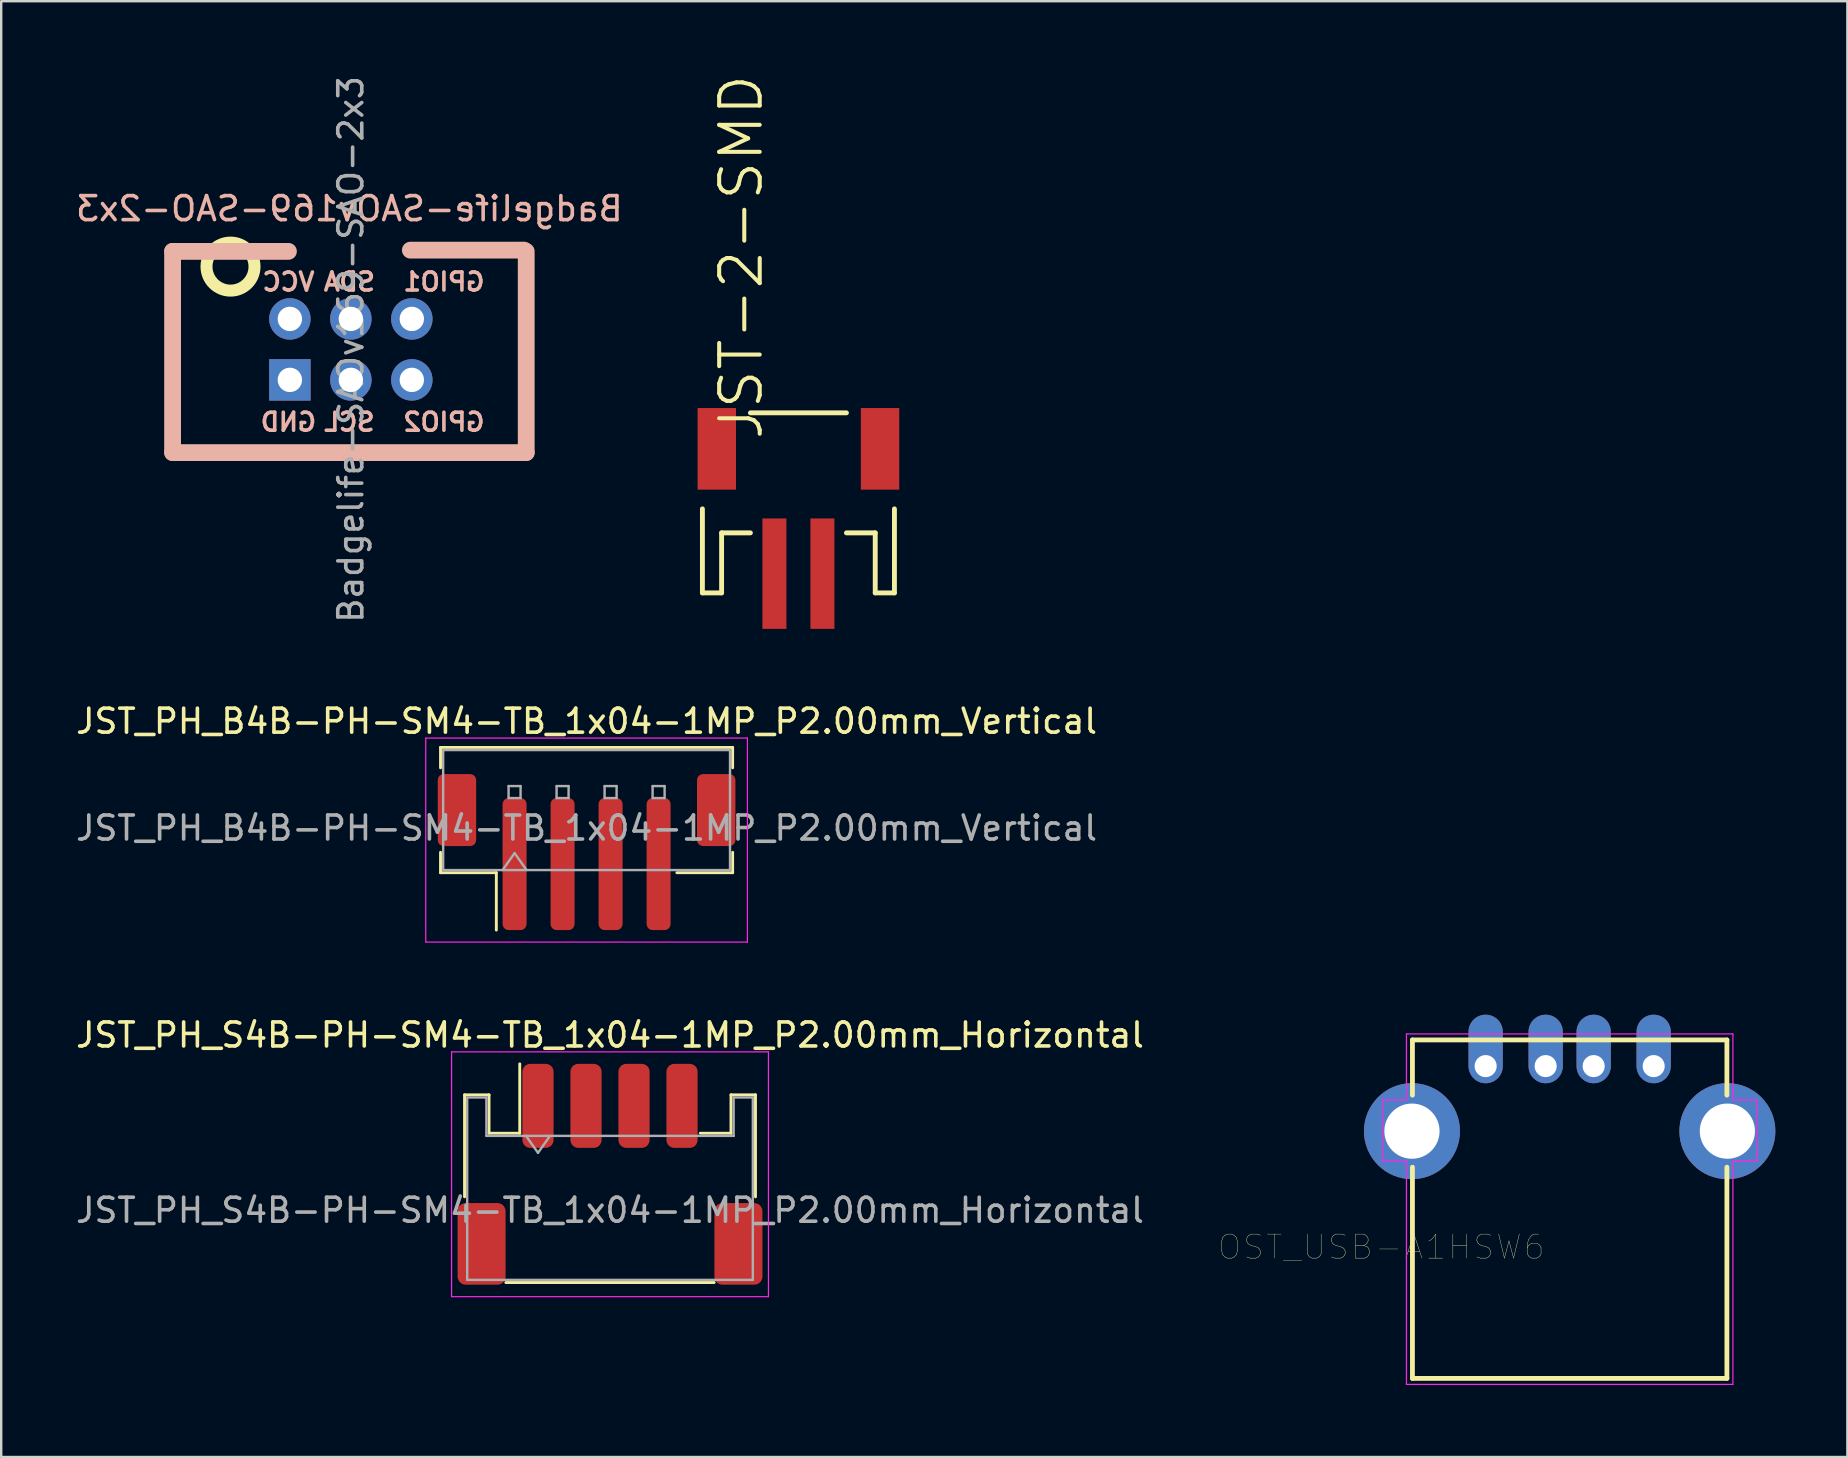
<source format=kicad_pcb>
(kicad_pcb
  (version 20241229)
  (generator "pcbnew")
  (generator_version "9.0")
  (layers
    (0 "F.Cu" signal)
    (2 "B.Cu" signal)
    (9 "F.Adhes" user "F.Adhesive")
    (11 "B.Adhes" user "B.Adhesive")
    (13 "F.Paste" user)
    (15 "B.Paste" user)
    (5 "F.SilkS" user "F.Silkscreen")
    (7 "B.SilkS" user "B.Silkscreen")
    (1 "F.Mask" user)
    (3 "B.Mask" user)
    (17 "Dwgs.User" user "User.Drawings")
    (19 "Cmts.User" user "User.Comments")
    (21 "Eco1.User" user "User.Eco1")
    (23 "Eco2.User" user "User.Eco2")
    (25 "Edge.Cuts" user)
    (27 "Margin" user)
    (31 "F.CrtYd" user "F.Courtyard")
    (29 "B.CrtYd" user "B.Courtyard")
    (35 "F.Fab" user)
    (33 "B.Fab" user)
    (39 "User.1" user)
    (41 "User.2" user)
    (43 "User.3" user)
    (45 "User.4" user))
  (footprint "JST_PH_B4B-PH-SM4-TB_1x04-1MP_P2.00mm_Vertical"
    (layer "F.Cu")
    (at 21.387 32.447)
    (property "Reference" "JST_PH_B4B-PH-SM4-TB_1x04-1MP_P2.00mm_Vertical" (at 0 -5.45 0) (layer "F.SilkS") (effects (font (size 1 1) (thickness 0.15))))
    (attr smd)
    (fp_line (start -6.085 -4.36) (end 6.085 -4.36) (stroke (width 0.12) (type solid)) (layer "F.SilkS"))
    (fp_line (start -6.085 -3.51) (end -6.085 -4.36) (stroke (width 0.12) (type solid)) (layer "F.SilkS"))
    (fp_line (start -6.085 0.01) (end -6.085 0.86) (stroke (width 0.12) (type solid)) (layer "F.SilkS"))
    (fp_line (start -6.085 0.86) (end -3.76 0.86) (stroke (width 0.12) (type solid)) (layer "F.SilkS"))
    (fp_line (start -3.76 0.86) (end -3.76 3.25) (stroke (width 0.12) (type solid)) (layer "F.SilkS"))
    (fp_line (start 6.085 -4.36) (end 6.085 -3.51) (stroke (width 0.12) (type solid)) (layer "F.SilkS"))
    (fp_line (start 6.085 0.01) (end 6.085 0.86) (stroke (width 0.12) (type solid)) (layer "F.SilkS"))
    (fp_line (start 6.085 0.86) (end 3.76 0.86) (stroke (width 0.12) (type solid)) (layer "F.SilkS"))
    (fp_line (start -6.7 -4.75) (end -6.7 3.75) (stroke (width 0.05) (type solid)) (layer "F.CrtYd"))
    (fp_line (start -6.7 3.75) (end 6.7 3.75) (stroke (width 0.05) (type solid)) (layer "F.CrtYd"))
    (fp_line (start 6.7 -4.75) (end -6.7 -4.75) (stroke (width 0.05) (type solid)) (layer "F.CrtYd"))
    (fp_line (start 6.7 3.75) (end 6.7 -4.75) (stroke (width 0.05) (type solid)) (layer "F.CrtYd"))
    (fp_line (start -5.975 -4.25) (end 5.975 -4.25) (stroke (width 0.1) (type solid)) (layer "F.Fab"))
    (fp_line (start -5.975 0.75) (end -5.975 -4.25) (stroke (width 0.1) (type solid)) (layer "F.Fab"))
    (fp_line (start -5.975 0.75) (end 5.975 0.75) (stroke (width 0.1) (type solid)) (layer "F.Fab"))
    (fp_line (start -3.5 0.75) (end -3 0.043) (stroke (width 0.1) (type solid)) (layer "F.Fab"))
    (fp_line (start -3.25 -2.75) (end -3.25 -2.25) (stroke (width 0.1) (type solid)) (layer "F.Fab"))
    (fp_line (start -3.25 -2.25) (end -2.75 -2.25) (stroke (width 0.1) (type solid)) (layer "F.Fab"))
    (fp_line (start -3 0.043) (end -2.5 0.75) (stroke (width 0.1) (type solid)) (layer "F.Fab"))
    (fp_line (start -2.75 -2.75) (end -3.25 -2.75) (stroke (width 0.1) (type solid)) (layer "F.Fab"))
    (fp_line (start -2.75 -2.25) (end -2.75 -2.75) (stroke (width 0.1) (type solid)) (layer "F.Fab"))
    (fp_line (start -1.25 -2.75) (end -1.25 -2.25) (stroke (width 0.1) (type solid)) (layer "F.Fab"))
    (fp_line (start -1.25 -2.25) (end -0.75 -2.25) (stroke (width 0.1) (type solid)) (layer "F.Fab"))
    (fp_line (start -0.75 -2.75) (end -1.25 -2.75) (stroke (width 0.1) (type solid)) (layer "F.Fab"))
    (fp_line (start -0.75 -2.25) (end -0.75 -2.75) (stroke (width 0.1) (type solid)) (layer "F.Fab"))
    (fp_line (start 0.75 -2.75) (end 0.75 -2.25) (stroke (width 0.1) (type solid)) (layer "F.Fab"))
    (fp_line (start 0.75 -2.25) (end 1.25 -2.25) (stroke (width 0.1) (type solid)) (layer "F.Fab"))
    (fp_line (start 1.25 -2.75) (end 0.75 -2.75) (stroke (width 0.1) (type solid)) (layer "F.Fab"))
    (fp_line (start 1.25 -2.25) (end 1.25 -2.75) (stroke (width 0.1) (type solid)) (layer "F.Fab"))
    (fp_line (start 2.75 -2.75) (end 2.75 -2.25) (stroke (width 0.1) (type solid)) (layer "F.Fab"))
    (fp_line (start 2.75 -2.25) (end 3.25 -2.25) (stroke (width 0.1) (type solid)) (layer "F.Fab"))
    (fp_line (start 3.25 -2.75) (end 2.75 -2.75) (stroke (width 0.1) (type solid)) (layer "F.Fab"))
    (fp_line (start 3.25 -2.25) (end 3.25 -2.75) (stroke (width 0.1) (type solid)) (layer "F.Fab"))
    (fp_line (start 5.975 0.75) (end 5.975 -4.25) (stroke (width 0.1) (type solid)) (layer "F.Fab"))
    (fp_text user "${REFERENCE}" (at 0 -1 0) (layer "F.Fab") (effects (font (size 1 1) (thickness 0.15))))
    (pad "1" smd roundrect (at -3 0.5) (size 1 5.5) (layers "F.Cu" "F.Mask" "F.Paste") (roundrect_rratio 0.25))
    (pad "2" smd roundrect (at -1 0.5) (size 1 5.5) (layers "F.Cu" "F.Mask" "F.Paste") (roundrect_rratio 0.25))
    (pad "3" smd roundrect (at 1 0.5) (size 1 5.5) (layers "F.Cu" "F.Mask" "F.Paste") (roundrect_rratio 0.25))
    (pad "4" smd roundrect (at 3 0.5) (size 1 5.5) (layers "F.Cu" "F.Mask" "F.Paste") (roundrect_rratio 0.25))
    (pad "MP" smd roundrect (at -5.4 -1.75) (size 1.6 3) (layers "F.Cu" "F.Mask" "F.Paste") (roundrect_rratio 0.156))
    (pad "MP" smd roundrect (at 5.4 -1.75) (size 1.6 3) (layers "F.Cu" "F.Mask" "F.Paste") (roundrect_rratio 0.156)))
  (footprint "OST_USB-A1HSW6"
    (layer "F.Cu")
    (at 62.342 47.874)
    (property "Reference" "OST_USB-A1HSW6" (at -7.848 1.027 180) (layer "F.SilkS") (effects (font (size 1.002 1.002) (thickness 0.015))))
    (attr through_hole)
    (fp_line (start -6.55 -7.6) (end 6.55 -7.6) (stroke (width 0.2) (type solid)) (layer "F.SilkS"))
    (fp_line (start -6.55 -5.3) (end -6.55 -7.6) (stroke (width 0.2) (type solid)) (layer "F.SilkS"))
    (fp_line (start -6.55 -2.3) (end -6.55 6.5) (stroke (width 0.2) (type solid)) (layer "F.SilkS"))
    (fp_line (start -6.55 6.5) (end 6.55 6.5) (stroke (width 0.2) (type solid)) (layer "F.SilkS"))
    (fp_line (start 6.55 -7.6) (end 6.55 -5.3) (stroke (width 0.2) (type solid)) (layer "F.SilkS"))
    (fp_line (start 6.55 6.5) (end 6.55 -2.3) (stroke (width 0.2) (type solid)) (layer "F.SilkS"))
    (fp_line (start -7.8 -5.1) (end -6.8 -5.1) (stroke (width 0.05) (type solid)) (layer "F.CrtYd"))
    (fp_line (start -7.8 -2.55) (end -7.8 -5.1) (stroke (width 0.05) (type solid)) (layer "F.CrtYd"))
    (fp_line (start -6.8 -7.85) (end 6.8 -7.85) (stroke (width 0.05) (type solid)) (layer "F.CrtYd"))
    (fp_line (start -6.8 -5.1) (end -6.8 -7.85) (stroke (width 0.05) (type solid)) (layer "F.CrtYd"))
    (fp_line (start -6.8 -2.55) (end -7.8 -2.55) (stroke (width 0.05) (type solid)) (layer "F.CrtYd"))
    (fp_line (start -6.8 6.75) (end -6.8 -2.55) (stroke (width 0.05) (type solid)) (layer "F.CrtYd"))
    (fp_line (start 6.8 -7.85) (end 6.8 -5.1) (stroke (width 0.05) (type solid)) (layer "F.CrtYd"))
    (fp_line (start 6.8 -5.1) (end 7.8 -5.1) (stroke (width 0.05) (type solid)) (layer "F.CrtYd"))
    (fp_line (start 6.8 -2.55) (end 6.8 6.75) (stroke (width 0.05) (type solid)) (layer "F.CrtYd"))
    (fp_line (start 6.8 6.75) (end -6.8 6.75) (stroke (width 0.05) (type solid)) (layer "F.CrtYd"))
    (fp_line (start 7.8 -5.1) (end 7.8 -2.55) (stroke (width 0.05) (type solid)) (layer "F.CrtYd"))
    (fp_line (start 7.8 -2.55) (end 6.8 -2.55) (stroke (width 0.05) (type solid)) (layer "F.CrtYd"))
    (pad "1" thru_hole oval (at -3.5 -6.51) (size 1.428 2.856) (drill oval 0.92 (offset 0 -0.714)) (layers "*.Cu" "*.Mask"))
    (pad "2" thru_hole oval (at -1 -6.51) (size 1.428 2.856) (drill oval 0.92 (offset 0 -0.714)) (layers "*.Cu" "*.Mask"))
    (pad "3" thru_hole oval (at 1 -6.51) (size 1.428 2.856) (drill oval 0.92 (offset 0 -0.714)) (layers "*.Cu" "*.Mask"))
    (pad "4" thru_hole oval (at 3.5 -6.51) (size 1.428 2.856) (drill oval 0.92 (offset 0 -0.714)) (layers "*.Cu" "*.Mask"))
    (pad "5" thru_hole circle (at -6.57 -3.8) (size 4 4) (drill 2.3) (layers "*.Cu" "*.Mask"))
    (pad "5" thru_hole circle (at 6.57 -3.8) (size 4 4) (drill 2.3) (layers "*.Cu" "*.Mask")))
  (footprint "JST-2-SMD"
    (layer "F.Cu")
    (at 30.212 17.149)
    (property "Reference" "JST-2-SMD" (at -1.397 -1.778 270) (layer "F.SilkS") (effects (font (size 1.689 1.689) (thickness 0.169)) (justify left bottom)))
    (attr through_hole)
    (fp_line (start -4 1) (end -4 4.5) (stroke (width 0.203) (type solid)) (layer "F.SilkS"))
    (fp_line (start -4 4.5) (end -3.2 4.5) (stroke (width 0.203) (type solid)) (layer "F.SilkS"))
    (fp_line (start -3.2 2) (end -2 2) (stroke (width 0.203) (type solid)) (layer "F.SilkS"))
    (fp_line (start -3.2 4.5) (end -3.2 2) (stroke (width 0.203) (type solid)) (layer "F.SilkS"))
    (fp_line (start 2 -3) (end -2 -3) (stroke (width 0.203) (type solid)) (layer "F.SilkS"))
    (fp_line (start 2 2) (end 3.2 2) (stroke (width 0.203) (type solid)) (layer "F.SilkS"))
    (fp_line (start 3.2 2) (end 3.2 4.5) (stroke (width 0.203) (type solid)) (layer "F.SilkS"))
    (fp_line (start 3.2 4.5) (end 4 4.5) (stroke (width 0.203) (type solid)) (layer "F.SilkS"))
    (fp_line (start 4 4.5) (end 4 1) (stroke (width 0.203) (type solid)) (layer "F.SilkS"))
    (pad "1" smd rect (at -1 3.7) (size 1 4.6) (layers "F.Cu" "F.Mask" "F.Paste"))
    (pad "2" smd rect (at 1 3.7) (size 1 4.6) (layers "F.Cu" "F.Mask" "F.Paste"))
    (pad "NC1" smd rect (at -3.4 -1.5 90) (size 3.4 1.6) (layers "F.Cu" "F.Mask" "F.Paste"))
    (pad "NC2" smd rect (at 3.4 -1.5 90) (size 3.4 1.6) (layers "F.Cu" "F.Mask" "F.Paste")))
  (footprint "Badgelife-SAOv169-SAO-2x3"
    (layer "F.Cu")
    (at 11.506 11.486)
    (property "Reference" "Badgelife-SAOv169-SAO-2x3" (at 0 -5.842 0) (layer "B.SilkS") (effects (font (size 1 1) (thickness 0.15)) (justify mirror)))
    (attr through_hole)
    (fp_circle (center -4.953 -3.429) (end -3.953 -3.429) (stroke (width 0.5) (type solid)) (fill no) (layer "F.SilkS"))
    (fp_line (start -7.366 -4.064) (end -7.366 4.318) (stroke (width 0.7) (type solid)) (layer "B.SilkS"))
    (fp_line (start -7.366 4.318) (end 7.366 4.318) (stroke (width 0.7) (type solid)) (layer "B.SilkS"))
    (fp_line (start -2.54 -4.064) (end -7.366 -4.064) (stroke (width 0.7) (type solid)) (layer "B.SilkS"))
    (fp_line (start 7.28 -4.115) (end 2.54 -4.115) (stroke (width 0.7) (type solid)) (layer "B.SilkS"))
    (fp_line (start 7.366 4.318) (end 7.366 -4.064) (stroke (width 0.7) (type solid)) (layer "B.SilkS"))
    (fp_text user "SCL" (at 0 3.048 0) (layer "B.SilkS") (effects (font (size 0.75 0.75) (thickness 0.15)) (justify mirror)))
    (fp_text user "GPIO1" (at 3.937 -2.794 0) (unlocked yes) (layer "B.SilkS") (effects (font (size 0.75 0.75) (thickness 0.15)) (justify mirror)))
    (fp_text user "VCC" (at -2.54 -2.794 0) (unlocked yes) (layer "B.SilkS") (effects (font (size 0.75 0.75) (thickness 0.15)) (justify mirror)))
    (fp_text user "SDA" (at 0 -2.794 0) (unlocked yes) (layer "B.SilkS") (effects (font (size 0.75 0.75) (thickness 0.15)) (justify mirror)))
    (fp_text user "GPIO2" (at 3.937 3.048 0) (layer "B.SilkS") (effects (font (size 0.75 0.75) (thickness 0.15)) (justify mirror)))
    (fp_text user "GND" (at -2.54 3.048 0) (unlocked yes) (layer "B.SilkS") (effects (font (size 0.75 0.75) (thickness 0.15)) (justify mirror)))
    (fp_text user "${REFERENCE}" (at 0.06 0.02 270) (layer "F.Fab") (effects (font (size 1 1) (thickness 0.15))))
    (pad "1" thru_hole oval (at -2.48 -1.25 270) (size 1.727 1.727) (drill 1.016) (layers "*.Cu" "*.Mask"))
    (pad "2" thru_hole rect (at -2.48 1.29 270) (size 1.727 1.727) (drill 1.016) (layers "*.Cu" "*.Mask"))
    (pad "3" thru_hole oval (at 0.06 -1.25 270) (size 1.727 1.727) (drill 1.016) (layers "*.Cu" "*.Mask"))
    (pad "4" thru_hole oval (at 0.06 1.29 270) (size 1.727 1.727) (drill 1.016) (layers "*.Cu" "*.Mask"))
    (pad "5" thru_hole circle (at 2.6 -1.25 270) (size 1.727 1.727) (drill 1.016) (layers "*.Cu" "*.Mask"))
    (pad "6" thru_hole circle (at 2.6 1.29 270) (size 1.727 1.727) (drill 1.016) (layers "*.Cu" "*.Mask")))
  (footprint "JST_PH_S4B-PH-SM4-TB_1x04-1MP_P2.00mm_Horizontal"
    (layer "F.Cu")
    (at 22.363 45.87)
    (property "Reference" "JST_PH_S4B-PH-SM4-TB_1x04-1MP_P2.00mm_Horizontal" (at 0 -5.8 0) (layer "F.SilkS") (effects (font (size 1 1) (thickness 0.15))))
    (attr smd)
    (fp_line (start -6.06 -3.31) (end -5.04 -3.31) (stroke (width 0.12) (type solid)) (layer "F.SilkS"))
    (fp_line (start -6.06 0.94) (end -6.06 -3.31) (stroke (width 0.12) (type solid)) (layer "F.SilkS"))
    (fp_line (start -5.04 -3.31) (end -5.04 -1.71) (stroke (width 0.12) (type solid)) (layer "F.SilkS"))
    (fp_line (start -5.04 -1.71) (end -3.76 -1.71) (stroke (width 0.12) (type solid)) (layer "F.SilkS"))
    (fp_line (start -4.34 4.51) (end 4.34 4.51) (stroke (width 0.12) (type solid)) (layer "F.SilkS"))
    (fp_line (start -3.76 -1.71) (end -3.76 -4.6) (stroke (width 0.12) (type solid)) (layer "F.SilkS"))
    (fp_line (start 5.04 -3.31) (end 5.04 -1.71) (stroke (width 0.12) (type solid)) (layer "F.SilkS"))
    (fp_line (start 5.04 -1.71) (end 3.76 -1.71) (stroke (width 0.12) (type solid)) (layer "F.SilkS"))
    (fp_line (start 6.06 -3.31) (end 5.04 -3.31) (stroke (width 0.12) (type solid)) (layer "F.SilkS"))
    (fp_line (start 6.06 0.94) (end 6.06 -3.31) (stroke (width 0.12) (type solid)) (layer "F.SilkS"))
    (fp_line (start -6.6 -5.1) (end -6.6 5.1) (stroke (width 0.05) (type solid)) (layer "F.CrtYd"))
    (fp_line (start -6.6 5.1) (end 6.6 5.1) (stroke (width 0.05) (type solid)) (layer "F.CrtYd"))
    (fp_line (start 6.6 -5.1) (end -6.6 -5.1) (stroke (width 0.05) (type solid)) (layer "F.CrtYd"))
    (fp_line (start 6.6 5.1) (end 6.6 -5.1) (stroke (width 0.05) (type solid)) (layer "F.CrtYd"))
    (fp_line (start -5.95 -3.2) (end -5.95 4.4) (stroke (width 0.1) (type solid)) (layer "F.Fab"))
    (fp_line (start -5.95 -3.2) (end -5.15 -3.2) (stroke (width 0.1) (type solid)) (layer "F.Fab"))
    (fp_line (start -5.95 4.4) (end 5.95 4.4) (stroke (width 0.1) (type solid)) (layer "F.Fab"))
    (fp_line (start -5.15 -3.2) (end -5.15 -1.6) (stroke (width 0.1) (type solid)) (layer "F.Fab"))
    (fp_line (start -5.15 -1.6) (end 5.15 -1.6) (stroke (width 0.1) (type solid)) (layer "F.Fab"))
    (fp_line (start -3.5 -1.6) (end -3 -0.893) (stroke (width 0.1) (type solid)) (layer "F.Fab"))
    (fp_line (start -3 -0.893) (end -2.5 -1.6) (stroke (width 0.1) (type solid)) (layer "F.Fab"))
    (fp_line (start 5.15 -3.2) (end 5.95 -3.2) (stroke (width 0.1) (type solid)) (layer "F.Fab"))
    (fp_line (start 5.15 -1.6) (end 5.15 -3.2) (stroke (width 0.1) (type solid)) (layer "F.Fab"))
    (fp_line (start 5.95 -3.2) (end 5.95 4.4) (stroke (width 0.1) (type solid)) (layer "F.Fab"))
    (fp_text user "${REFERENCE}" (at 0 1.5 0) (layer "F.Fab") (effects (font (size 1 1) (thickness 0.15))))
    (pad "1" smd roundrect (at -3 -2.85) (size 1.3 3.5) (layers "F.Cu" "F.Mask" "F.Paste") (roundrect_rratio 0.25))
    (pad "2" smd roundrect (at -1 -2.85) (size 1.3 3.5) (layers "F.Cu" "F.Mask" "F.Paste") (roundrect_rratio 0.25))
    (pad "3" smd roundrect (at 1 -2.85) (size 1.3 3.5) (layers "F.Cu" "F.Mask" "F.Paste") (roundrect_rratio 0.25))
    (pad "4" smd roundrect (at 3 -2.85) (size 1.3 3.5) (layers "F.Cu" "F.Mask" "F.Paste") (roundrect_rratio 0.25))
    (pad "MP" smd roundrect (at -5.35 2.9) (size 2 3.4) (layers "F.Cu" "F.Mask" "F.Paste") (roundrect_rratio 0.167))
    (pad "MP" smd roundrect (at 5.35 2.9) (size 2 3.4) (layers "F.Cu" "F.Mask" "F.Paste") (roundrect_rratio 0.167)))
  (gr_rect
    (start -3 -3)
    (end 73.912 57.649)
    (stroke (width 0.1) (type default))
    (fill no)
    (layer "Edge.Cuts")))
</source>
